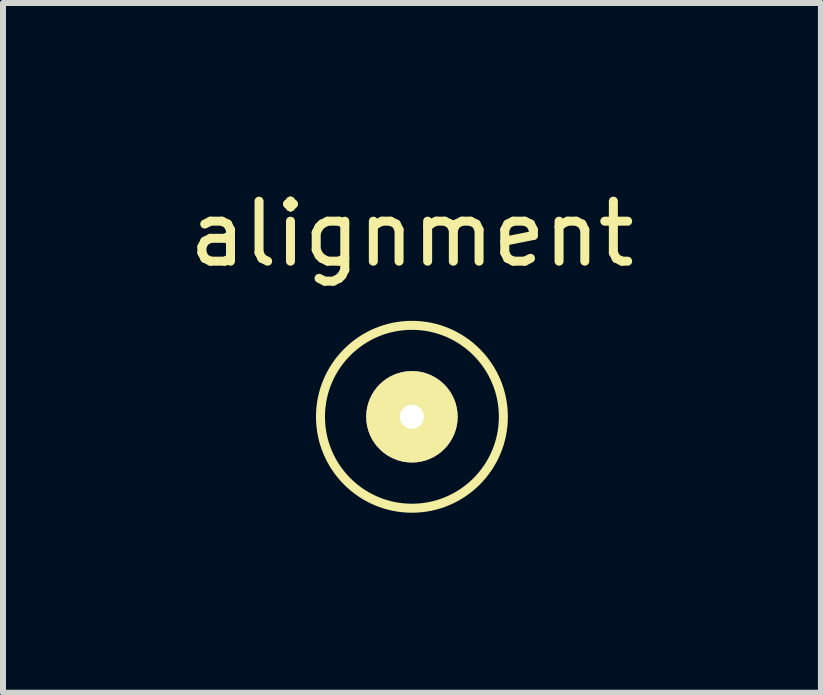
<source format=kicad_pcb>
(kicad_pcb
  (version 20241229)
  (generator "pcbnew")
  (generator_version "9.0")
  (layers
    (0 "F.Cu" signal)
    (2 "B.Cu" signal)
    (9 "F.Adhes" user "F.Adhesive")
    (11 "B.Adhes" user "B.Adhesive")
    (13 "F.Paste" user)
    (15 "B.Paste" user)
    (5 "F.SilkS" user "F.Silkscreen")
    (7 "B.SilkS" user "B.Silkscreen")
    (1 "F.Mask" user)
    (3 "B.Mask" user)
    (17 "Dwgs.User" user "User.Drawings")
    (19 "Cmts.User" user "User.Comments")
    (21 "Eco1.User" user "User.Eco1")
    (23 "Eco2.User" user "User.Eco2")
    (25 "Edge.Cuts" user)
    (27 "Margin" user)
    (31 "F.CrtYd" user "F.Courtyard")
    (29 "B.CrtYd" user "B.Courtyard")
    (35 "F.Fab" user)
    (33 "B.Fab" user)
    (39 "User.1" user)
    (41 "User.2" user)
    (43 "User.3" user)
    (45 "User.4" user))
  (footprint "alignment"
    (layer "F.Cu")
    (at 3.815 3.896)
    (property "Reference" "alignment" (at 0 -3.048 0) (layer "F.SilkS") (effects (font (size 1 1) (thickness 0.15))))
    (attr through_hole)
    (fp_circle (center 0 0) (end 0 1.524) (stroke (width 0.15) (type solid)) (fill no) (layer "F.SilkS"))
    (pad "1" thru_hole circle (at 0 0) (size 1.524 1.524) (drill 0.4) (layers "*.Cu" "*.Mask" "F.SilkS")))
  (gr_rect
    (start -3 -3)
    (end 10.631 8.495)
    (stroke (width 0.1) (type default))
    (fill no)
    (layer "Edge.Cuts")))
</source>
